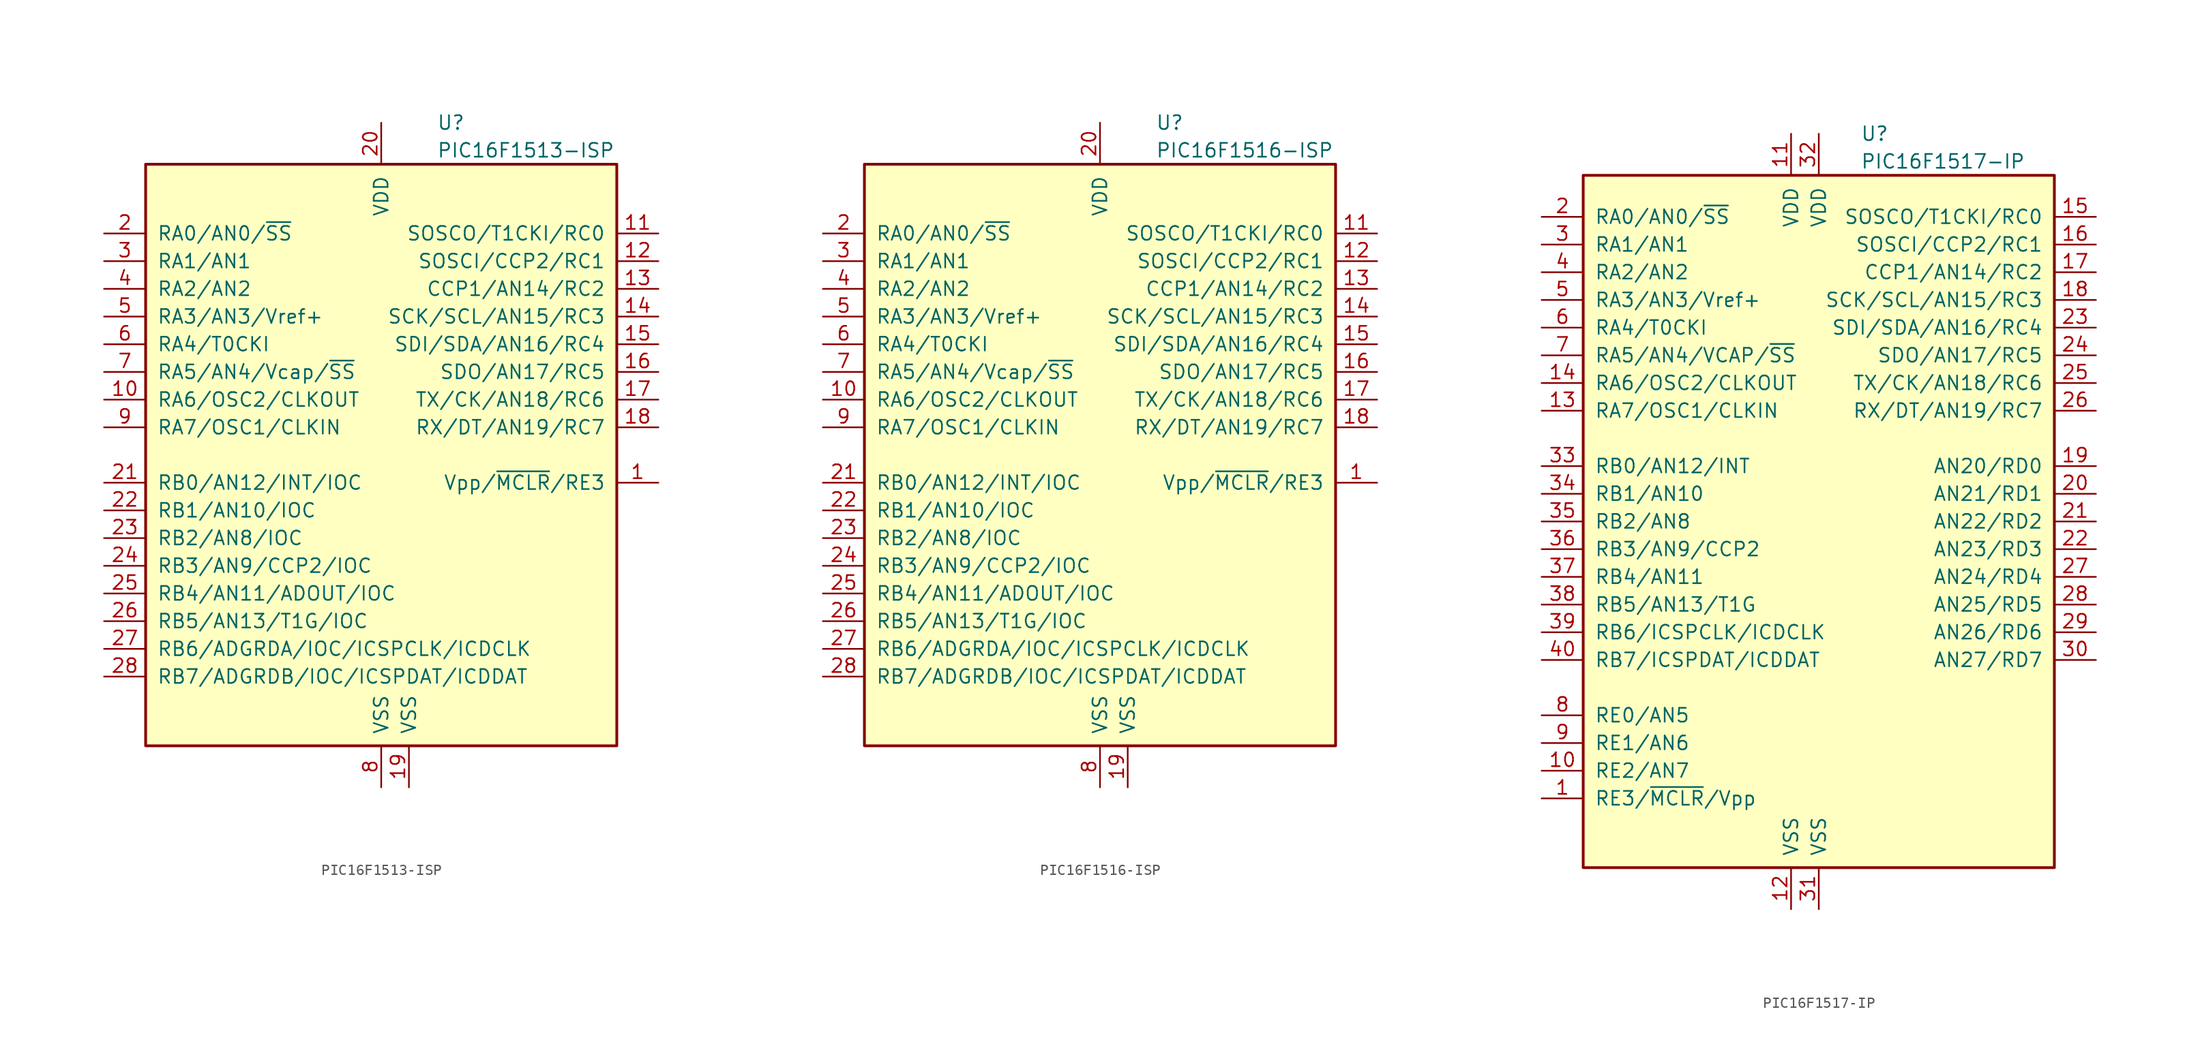
<source format=kicad_sym>
(kicad_symbol_lib
  (version 20200908)
  (generator kicad_symbol_editor)
  (symbol "MCU_Microchip_PIC16:PIC16F1513-ISP"
    (pin_names
      (offset 1.016))
    (property "Reference" "U"
      (at 5.08 30.48 0)
      (effects (font (size 1.27 1.27)) (justify left)))
    (property "Value" "PIC16F1513-ISP"
      (at 5.08 27.94 0)
      (effects (font (size 1.27 1.27)) (justify left)))
    (symbol "PIC16F1513-ISP_0_1"
      (rectangle (start -21.59 26.67) (end 21.59 -26.67) (stroke (width 0.254)) (fill (type background))))
    (symbol "PIC16F1513-ISP_1_1"
      (pin input line (at 25.4 -2.54 180) (length 3.81) (name "Vpp/~MCLR~/RE3" (effects (font (size 1.27 1.27)))) (number "1" (effects (font (size 1.27 1.27)))))
      (pin bidirectional line (at -25.4 5.08 0) (length 3.81) (name "RA6/OSC2/CLKOUT" (effects (font (size 1.27 1.27)))) (number "10" (effects (font (size 1.27 1.27)))))
      (pin bidirectional line (at 25.4 20.32 180) (length 3.81) (name "SOSCO/T1CKI/RC0" (effects (font (size 1.27 1.27)))) (number "11" (effects (font (size 1.27 1.27)))))
      (pin bidirectional line (at 25.4 17.78 180) (length 3.81) (name "SOSCI/CCP2/RC1" (effects (font (size 1.27 1.27)))) (number "12" (effects (font (size 1.27 1.27)))))
      (pin bidirectional line (at 25.4 15.24 180) (length 3.81) (name "CCP1/AN14/RC2" (effects (font (size 1.27 1.27)))) (number "13" (effects (font (size 1.27 1.27)))))
      (pin bidirectional line (at 25.4 12.7 180) (length 3.81) (name "SCK/SCL/AN15/RC3" (effects (font (size 1.27 1.27)))) (number "14" (effects (font (size 1.27 1.27)))))
      (pin bidirectional line (at 25.4 10.16 180) (length 3.81) (name "SDI/SDA/AN16/RC4" (effects (font (size 1.27 1.27)))) (number "15" (effects (font (size 1.27 1.27)))))
      (pin bidirectional line (at 25.4 7.62 180) (length 3.81) (name "SDO/AN17/RC5" (effects (font (size 1.27 1.27)))) (number "16" (effects (font (size 1.27 1.27)))))
      (pin bidirectional line (at 25.4 5.08 180) (length 3.81) (name "TX/CK/AN18/RC6" (effects (font (size 1.27 1.27)))) (number "17" (effects (font (size 1.27 1.27)))))
      (pin bidirectional line (at 25.4 2.54 180) (length 3.81) (name "RX/DT/AN19/RC7" (effects (font (size 1.27 1.27)))) (number "18" (effects (font (size 1.27 1.27)))))
      (pin power_in line (at 2.54 -30.48 90) (length 3.81) (name "VSS" (effects (font (size 1.27 1.27)))) (number "19" (effects (font (size 1.27 1.27)))))
      (pin bidirectional line (at -25.4 20.32 0) (length 3.81) (name "RA0/AN0/~SS" (effects (font (size 1.27 1.27)))) (number "2" (effects (font (size 1.27 1.27)))))
      (pin power_in line (at 0 30.48 270) (length 3.81) (name "VDD" (effects (font (size 1.27 1.27)))) (number "20" (effects (font (size 1.27 1.27)))))
      (pin bidirectional line (at -25.4 -2.54 0) (length 3.81) (name "RB0/AN12/INT/IOC" (effects (font (size 1.27 1.27)))) (number "21" (effects (font (size 1.27 1.27)))))
      (pin bidirectional line (at -25.4 -5.08 0) (length 3.81) (name "RB1/AN10/IOC" (effects (font (size 1.27 1.27)))) (number "22" (effects (font (size 1.27 1.27)))))
      (pin bidirectional line (at -25.4 -7.62 0) (length 3.81) (name "RB2/AN8/IOC" (effects (font (size 1.27 1.27)))) (number "23" (effects (font (size 1.27 1.27)))))
      (pin bidirectional line (at -25.4 -10.16 0) (length 3.81) (name "RB3/AN9/CCP2/IOC" (effects (font (size 1.27 1.27)))) (number "24" (effects (font (size 1.27 1.27)))))
      (pin bidirectional line (at -25.4 -12.7 0) (length 3.81) (name "RB4/AN11/ADOUT/IOC" (effects (font (size 1.27 1.27)))) (number "25" (effects (font (size 1.27 1.27)))))
      (pin bidirectional line (at -25.4 -15.24 0) (length 3.81) (name "RB5/AN13/T1G/IOC" (effects (font (size 1.27 1.27)))) (number "26" (effects (font (size 1.27 1.27)))))
      (pin bidirectional line (at -25.4 -17.78 0) (length 3.81) (name "RB6/ADGRDA/IOC/ICSPCLK/ICDCLK" (effects (font (size 1.27 1.27)))) (number "27" (effects (font (size 1.27 1.27)))))
      (pin bidirectional line (at -25.4 -20.32 0) (length 3.81) (name "RB7/ADGRDB/IOC/ICSPDAT/ICDDAT" (effects (font (size 1.27 1.27)))) (number "28" (effects (font (size 1.27 1.27)))))
      (pin bidirectional line (at -25.4 17.78 0) (length 3.81) (name "RA1/AN1" (effects (font (size 1.27 1.27)))) (number "3" (effects (font (size 1.27 1.27)))))
      (pin bidirectional line (at -25.4 15.24 0) (length 3.81) (name "RA2/AN2" (effects (font (size 1.27 1.27)))) (number "4" (effects (font (size 1.27 1.27)))))
      (pin bidirectional line (at -25.4 12.7 0) (length 3.81) (name "RA3/AN3/Vref+" (effects (font (size 1.27 1.27)))) (number "5" (effects (font (size 1.27 1.27)))))
      (pin bidirectional line (at -25.4 10.16 0) (length 3.81) (name "RA4/T0CKI" (effects (font (size 1.27 1.27)))) (number "6" (effects (font (size 1.27 1.27)))))
      (pin bidirectional line (at -25.4 7.62 0) (length 3.81) (name "RA5/AN4/Vcap/~SS" (effects (font (size 1.27 1.27)))) (number "7" (effects (font (size 1.27 1.27)))))
      (pin power_in line (at 0 -30.48 90) (length 3.81) (name "VSS" (effects (font (size 1.27 1.27)))) (number "8" (effects (font (size 1.27 1.27)))))
      (pin bidirectional line (at -25.4 2.54 0) (length 3.81) (name "RA7/OSC1/CLKIN" (effects (font (size 1.27 1.27)))) (number "9" (effects (font (size 1.27 1.27)))))))
  (symbol "MCU_Microchip_PIC16:PIC16F1516-ISP"
    (pin_names
      (offset 1.016))
    (property "Reference" "U"
      (at 5.08 30.48 0)
      (effects (font (size 1.27 1.27)) (justify left)))
    (property "Value" "PIC16F1516-ISP"
      (at 5.08 27.94 0)
      (effects (font (size 1.27 1.27)) (justify left)))
    (symbol "PIC16F1516-ISP_0_1"
      (rectangle (start -21.59 26.67) (end 21.59 -26.67) (stroke (width 0.254)) (fill (type background))))
    (symbol "PIC16F1516-ISP_1_1"
      (pin input line (at 25.4 -2.54 180) (length 3.81) (name "Vpp/~MCLR~/RE3" (effects (font (size 1.27 1.27)))) (number "1" (effects (font (size 1.27 1.27)))))
      (pin bidirectional line (at -25.4 5.08 0) (length 3.81) (name "RA6/OSC2/CLKOUT" (effects (font (size 1.27 1.27)))) (number "10" (effects (font (size 1.27 1.27)))))
      (pin bidirectional line (at 25.4 20.32 180) (length 3.81) (name "SOSCO/T1CKI/RC0" (effects (font (size 1.27 1.27)))) (number "11" (effects (font (size 1.27 1.27)))))
      (pin bidirectional line (at 25.4 17.78 180) (length 3.81) (name "SOSCI/CCP2/RC1" (effects (font (size 1.27 1.27)))) (number "12" (effects (font (size 1.27 1.27)))))
      (pin bidirectional line (at 25.4 15.24 180) (length 3.81) (name "CCP1/AN14/RC2" (effects (font (size 1.27 1.27)))) (number "13" (effects (font (size 1.27 1.27)))))
      (pin bidirectional line (at 25.4 12.7 180) (length 3.81) (name "SCK/SCL/AN15/RC3" (effects (font (size 1.27 1.27)))) (number "14" (effects (font (size 1.27 1.27)))))
      (pin bidirectional line (at 25.4 10.16 180) (length 3.81) (name "SDI/SDA/AN16/RC4" (effects (font (size 1.27 1.27)))) (number "15" (effects (font (size 1.27 1.27)))))
      (pin bidirectional line (at 25.4 7.62 180) (length 3.81) (name "SDO/AN17/RC5" (effects (font (size 1.27 1.27)))) (number "16" (effects (font (size 1.27 1.27)))))
      (pin bidirectional line (at 25.4 5.08 180) (length 3.81) (name "TX/CK/AN18/RC6" (effects (font (size 1.27 1.27)))) (number "17" (effects (font (size 1.27 1.27)))))
      (pin bidirectional line (at 25.4 2.54 180) (length 3.81) (name "RX/DT/AN19/RC7" (effects (font (size 1.27 1.27)))) (number "18" (effects (font (size 1.27 1.27)))))
      (pin power_in line (at 2.54 -30.48 90) (length 3.81) (name "VSS" (effects (font (size 1.27 1.27)))) (number "19" (effects (font (size 1.27 1.27)))))
      (pin bidirectional line (at -25.4 20.32 0) (length 3.81) (name "RA0/AN0/~SS" (effects (font (size 1.27 1.27)))) (number "2" (effects (font (size 1.27 1.27)))))
      (pin power_in line (at 0 30.48 270) (length 3.81) (name "VDD" (effects (font (size 1.27 1.27)))) (number "20" (effects (font (size 1.27 1.27)))))
      (pin bidirectional line (at -25.4 -2.54 0) (length 3.81) (name "RB0/AN12/INT/IOC" (effects (font (size 1.27 1.27)))) (number "21" (effects (font (size 1.27 1.27)))))
      (pin bidirectional line (at -25.4 -5.08 0) (length 3.81) (name "RB1/AN10/IOC" (effects (font (size 1.27 1.27)))) (number "22" (effects (font (size 1.27 1.27)))))
      (pin bidirectional line (at -25.4 -7.62 0) (length 3.81) (name "RB2/AN8/IOC" (effects (font (size 1.27 1.27)))) (number "23" (effects (font (size 1.27 1.27)))))
      (pin bidirectional line (at -25.4 -10.16 0) (length 3.81) (name "RB3/AN9/CCP2/IOC" (effects (font (size 1.27 1.27)))) (number "24" (effects (font (size 1.27 1.27)))))
      (pin bidirectional line (at -25.4 -12.7 0) (length 3.81) (name "RB4/AN11/ADOUT/IOC" (effects (font (size 1.27 1.27)))) (number "25" (effects (font (size 1.27 1.27)))))
      (pin bidirectional line (at -25.4 -15.24 0) (length 3.81) (name "RB5/AN13/T1G/IOC" (effects (font (size 1.27 1.27)))) (number "26" (effects (font (size 1.27 1.27)))))
      (pin bidirectional line (at -25.4 -17.78 0) (length 3.81) (name "RB6/ADGRDA/IOC/ICSPCLK/ICDCLK" (effects (font (size 1.27 1.27)))) (number "27" (effects (font (size 1.27 1.27)))))
      (pin bidirectional line (at -25.4 -20.32 0) (length 3.81) (name "RB7/ADGRDB/IOC/ICSPDAT/ICDDAT" (effects (font (size 1.27 1.27)))) (number "28" (effects (font (size 1.27 1.27)))))
      (pin bidirectional line (at -25.4 17.78 0) (length 3.81) (name "RA1/AN1" (effects (font (size 1.27 1.27)))) (number "3" (effects (font (size 1.27 1.27)))))
      (pin bidirectional line (at -25.4 15.24 0) (length 3.81) (name "RA2/AN2" (effects (font (size 1.27 1.27)))) (number "4" (effects (font (size 1.27 1.27)))))
      (pin bidirectional line (at -25.4 12.7 0) (length 3.81) (name "RA3/AN3/Vref+" (effects (font (size 1.27 1.27)))) (number "5" (effects (font (size 1.27 1.27)))))
      (pin bidirectional line (at -25.4 10.16 0) (length 3.81) (name "RA4/T0CKI" (effects (font (size 1.27 1.27)))) (number "6" (effects (font (size 1.27 1.27)))))
      (pin bidirectional line (at -25.4 7.62 0) (length 3.81) (name "RA5/AN4/Vcap/~SS" (effects (font (size 1.27 1.27)))) (number "7" (effects (font (size 1.27 1.27)))))
      (pin power_in line (at 0 -30.48 90) (length 3.81) (name "VSS" (effects (font (size 1.27 1.27)))) (number "8" (effects (font (size 1.27 1.27)))))
      (pin bidirectional line (at -25.4 2.54 0) (length 3.81) (name "RA7/OSC1/CLKIN" (effects (font (size 1.27 1.27)))) (number "9" (effects (font (size 1.27 1.27)))))))
  (symbol "MCU_Microchip_PIC16:PIC16F1517-IP"
    (pin_names
      (offset 1.016))
    (property "Reference" "U"
      (at 3.81 35.56 0)
      (effects (font (size 1.27 1.27)) (justify left)))
    (property "Value" "PIC16F1517-IP"
      (at 3.81 33.02 0)
      (effects (font (size 1.27 1.27)) (justify left)))
    (symbol "PIC16F1517-IP_0_1"
      (rectangle (start -21.59 31.75) (end 21.59 -31.75) (stroke (width 0.254)) (fill (type background))))
    (symbol "PIC16F1517-IP_1_1"
      (pin input line (at -25.4 -25.4 0) (length 3.81) (name "RE3/~MCLR~/Vpp" (effects (font (size 1.27 1.27)))) (number "1" (effects (font (size 1.27 1.27)))))
      (pin bidirectional line (at -25.4 -22.86 0) (length 3.81) (name "RE2/AN7" (effects (font (size 1.27 1.27)))) (number "10" (effects (font (size 1.27 1.27)))))
      (pin power_in line (at -2.54 35.56 270) (length 3.81) (name "VDD" (effects (font (size 1.27 1.27)))) (number "11" (effects (font (size 1.27 1.27)))))
      (pin power_in line (at -2.54 -35.56 90) (length 3.81) (name "VSS" (effects (font (size 1.27 1.27)))) (number "12" (effects (font (size 1.27 1.27)))))
      (pin bidirectional line (at -25.4 10.16 0) (length 3.81) (name "RA7/OSC1/CLKIN" (effects (font (size 1.27 1.27)))) (number "13" (effects (font (size 1.27 1.27)))))
      (pin bidirectional line (at -25.4 12.7 0) (length 3.81) (name "RA6/OSC2/CLKOUT" (effects (font (size 1.27 1.27)))) (number "14" (effects (font (size 1.27 1.27)))))
      (pin bidirectional line (at 25.4 27.94 180) (length 3.81) (name "SOSCO/T1CKI/RC0" (effects (font (size 1.27 1.27)))) (number "15" (effects (font (size 1.27 1.27)))))
      (pin bidirectional line (at 25.4 25.4 180) (length 3.81) (name "SOSCI/CCP2/RC1" (effects (font (size 1.27 1.27)))) (number "16" (effects (font (size 1.27 1.27)))))
      (pin bidirectional line (at 25.4 22.86 180) (length 3.81) (name "CCP1/AN14/RC2" (effects (font (size 1.27 1.27)))) (number "17" (effects (font (size 1.27 1.27)))))
      (pin bidirectional line (at 25.4 20.32 180) (length 3.81) (name "SCK/SCL/AN15/RC3" (effects (font (size 1.27 1.27)))) (number "18" (effects (font (size 1.27 1.27)))))
      (pin bidirectional line (at 25.4 5.08 180) (length 3.81) (name "AN20/RD0" (effects (font (size 1.27 1.27)))) (number "19" (effects (font (size 1.27 1.27)))))
      (pin bidirectional line (at -25.4 27.94 0) (length 3.81) (name "RA0/AN0/~SS" (effects (font (size 1.27 1.27)))) (number "2" (effects (font (size 1.27 1.27)))))
      (pin bidirectional line (at 25.4 2.54 180) (length 3.81) (name "AN21/RD1" (effects (font (size 1.27 1.27)))) (number "20" (effects (font (size 1.27 1.27)))))
      (pin bidirectional line (at 25.4 0 180) (length 3.81) (name "AN22/RD2" (effects (font (size 1.27 1.27)))) (number "21" (effects (font (size 1.27 1.27)))))
      (pin bidirectional line (at 25.4 -2.54 180) (length 3.81) (name "AN23/RD3" (effects (font (size 1.27 1.27)))) (number "22" (effects (font (size 1.27 1.27)))))
      (pin bidirectional line (at 25.4 17.78 180) (length 3.81) (name "SDI/SDA/AN16/RC4" (effects (font (size 1.27 1.27)))) (number "23" (effects (font (size 1.27 1.27)))))
      (pin bidirectional line (at 25.4 15.24 180) (length 3.81) (name "SDO/AN17/RC5" (effects (font (size 1.27 1.27)))) (number "24" (effects (font (size 1.27 1.27)))))
      (pin bidirectional line (at 25.4 12.7 180) (length 3.81) (name "TX/CK/AN18/RC6" (effects (font (size 1.27 1.27)))) (number "25" (effects (font (size 1.27 1.27)))))
      (pin bidirectional line (at 25.4 10.16 180) (length 3.81) (name "RX/DT/AN19/RC7" (effects (font (size 1.27 1.27)))) (number "26" (effects (font (size 1.27 1.27)))))
      (pin bidirectional line (at 25.4 -5.08 180) (length 3.81) (name "AN24/RD4" (effects (font (size 1.27 1.27)))) (number "27" (effects (font (size 1.27 1.27)))))
      (pin bidirectional line (at 25.4 -7.62 180) (length 3.81) (name "AN25/RD5" (effects (font (size 1.27 1.27)))) (number "28" (effects (font (size 1.27 1.27)))))
      (pin bidirectional line (at 25.4 -10.16 180) (length 3.81) (name "AN26/RD6" (effects (font (size 1.27 1.27)))) (number "29" (effects (font (size 1.27 1.27)))))
      (pin bidirectional line (at -25.4 25.4 0) (length 3.81) (name "RA1/AN1" (effects (font (size 1.27 1.27)))) (number "3" (effects (font (size 1.27 1.27)))))
      (pin bidirectional line (at 25.4 -12.7 180) (length 3.81) (name "AN27/RD7" (effects (font (size 1.27 1.27)))) (number "30" (effects (font (size 1.27 1.27)))))
      (pin power_in line (at 0 -35.56 90) (length 3.81) (name "VSS" (effects (font (size 1.27 1.27)))) (number "31" (effects (font (size 1.27 1.27)))))
      (pin power_in line (at 0 35.56 270) (length 3.81) (name "VDD" (effects (font (size 1.27 1.27)))) (number "32" (effects (font (size 1.27 1.27)))))
      (pin bidirectional line (at -25.4 5.08 0) (length 3.81) (name "RB0/AN12/INT" (effects (font (size 1.27 1.27)))) (number "33" (effects (font (size 1.27 1.27)))))
      (pin bidirectional line (at -25.4 2.54 0) (length 3.81) (name "RB1/AN10" (effects (font (size 1.27 1.27)))) (number "34" (effects (font (size 1.27 1.27)))))
      (pin bidirectional line (at -25.4 0 0) (length 3.81) (name "RB2/AN8" (effects (font (size 1.27 1.27)))) (number "35" (effects (font (size 1.27 1.27)))))
      (pin bidirectional line (at -25.4 -2.54 0) (length 3.81) (name "RB3/AN9/CCP2" (effects (font (size 1.27 1.27)))) (number "36" (effects (font (size 1.27 1.27)))))
      (pin bidirectional line (at -25.4 -5.08 0) (length 3.81) (name "RB4/AN11" (effects (font (size 1.27 1.27)))) (number "37" (effects (font (size 1.27 1.27)))))
      (pin bidirectional line (at -25.4 -7.62 0) (length 3.81) (name "RB5/AN13/T1G" (effects (font (size 1.27 1.27)))) (number "38" (effects (font (size 1.27 1.27)))))
      (pin bidirectional line (at -25.4 -10.16 0) (length 3.81) (name "RB6/ICSPCLK/ICDCLK" (effects (font (size 1.27 1.27)))) (number "39" (effects (font (size 1.27 1.27)))))
      (pin bidirectional line (at -25.4 22.86 0) (length 3.81) (name "RA2/AN2" (effects (font (size 1.27 1.27)))) (number "4" (effects (font (size 1.27 1.27)))))
      (pin bidirectional line (at -25.4 -12.7 0) (length 3.81) (name "RB7/ICSPDAT/ICDDAT" (effects (font (size 1.27 1.27)))) (number "40" (effects (font (size 1.27 1.27)))))
      (pin bidirectional line (at -25.4 20.32 0) (length 3.81) (name "RA3/AN3/Vref+" (effects (font (size 1.27 1.27)))) (number "5" (effects (font (size 1.27 1.27)))))
      (pin bidirectional line (at -25.4 17.78 0) (length 3.81) (name "RA4/T0CKI" (effects (font (size 1.27 1.27)))) (number "6" (effects (font (size 1.27 1.27)))))
      (pin bidirectional line (at -25.4 15.24 0) (length 3.81) (name "RA5/AN4/VCAP/~SS" (effects (font (size 1.27 1.27)))) (number "7" (effects (font (size 1.27 1.27)))))
      (pin bidirectional line (at -25.4 -17.78 0) (length 3.81) (name "RE0/AN5" (effects (font (size 1.27 1.27)))) (number "8" (effects (font (size 1.27 1.27)))))
      (pin bidirectional line (at -25.4 -20.32 0) (length 3.81) (name "RE1/AN6" (effects (font (size 1.27 1.27)))) (number "9" (effects (font (size 1.27 1.27))))))))
</source>
